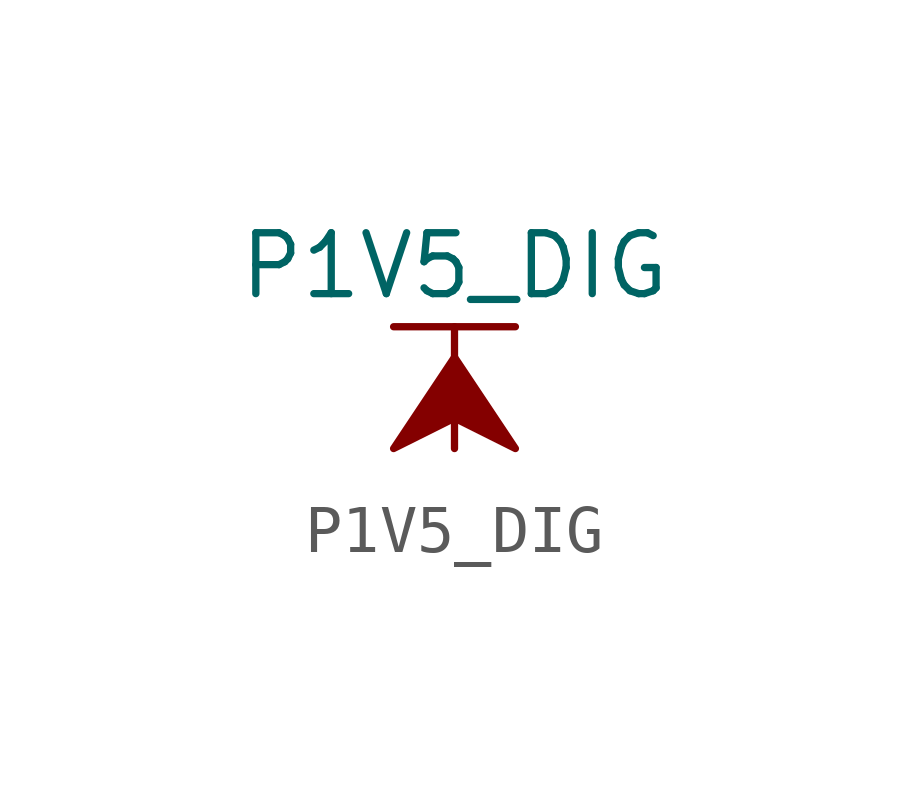
<source format=kicad_sym>
(kicad_symbol_lib
  (version 20211014)
  (generator kicad_symbol_editor)
  (symbol "P1V5_DIG"
    (power)
    (pin_names
      (offset 0))
    (property "Reference" "#PWR"
      (at 0 -3.81 0)
      (effects (font (size 1.27 1.27)) hide))
    (property "Value" "P1V5_DIG"
      (at 0 3.81 0)
      (effects (font (size 1.27 1.27))))
    (symbol "P1V5_DIG_0_1"
      (polyline (pts (xy -1.27 2.54) (xy 1.27 2.54)) (stroke (width 0.152) (type default) (color 0 0 0 0)) (fill (type none)))
      (polyline (pts (xy 0 0) (xy 0 2.54)) (stroke (width 0.152) (type default) (color 0 0 0 0)) (fill (type none)))
      (polyline (pts (xy 0 1.905) (xy -1.27 0) (xy 0 0.635) (xy 1.27 0) (xy 0 1.905)) (stroke (width 0.152) (type default) (color 0 0 0 0)) (fill (type outline))))
    (symbol "P1V5_DIG_1_1"
      (pin power_in line (at 0 0 90) (length 0) hide (name "P1V5_DIG" (effects (font (size 1.27 1.27)))) (number "1" (effects (font (size 1.27 1.27))))))))
</source>
